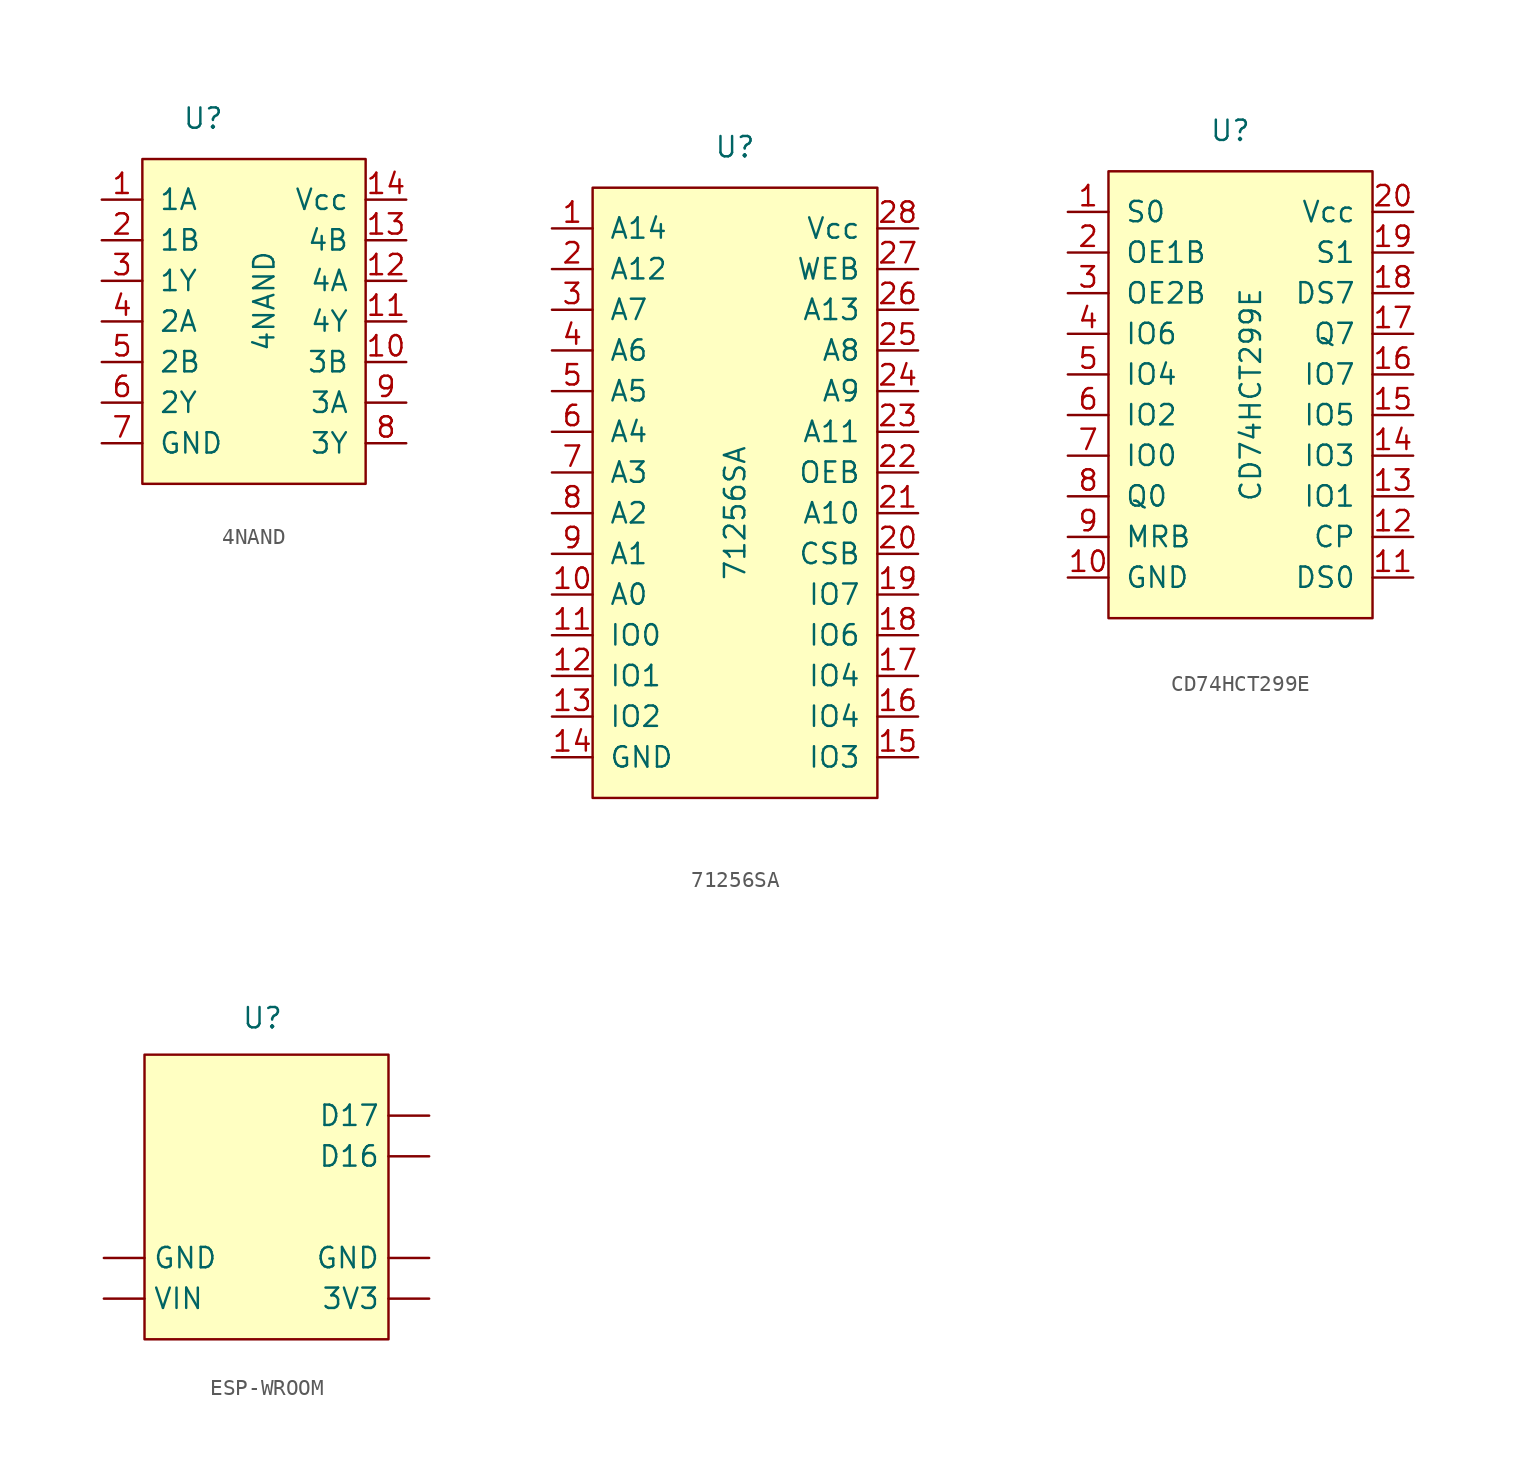
<source format=kicad_sym>
(kicad_symbol_lib
  (version 20241209)
  (generator "kicad_symbol_editor")
  (generator_version "9.0")
  (symbol "4NAND"
    (pin_names
      (offset 1.016))
    (property "Reference" "U"
      (at -3.81 12.7 0)
      (effects (font (size 1.27 1.27))))
    (property "Value" "4NAND"
      (at 0 1.27 90)
      (effects (font (size 1.27 1.27))))
    (symbol "4NAND_0_1"
      (rectangle (start -7.62 10.16) (end 6.35 -10.16) (stroke (width 0) (type solid)) (fill (type background))))
    (symbol "4NAND_1_1"
      (pin input line (at -10.16 7.62 0) (length 2.54) (name "1A" (effects (font (size 1.27 1.27)))) (number "1" (effects (font (size 1.27 1.27)))))
      (pin input line (at -10.16 5.08 0) (length 2.54) (name "1B" (effects (font (size 1.27 1.27)))) (number "2" (effects (font (size 1.27 1.27)))))
      (pin output line (at -10.16 2.54 0) (length 2.54) (name "1Y" (effects (font (size 1.27 1.27)))) (number "3" (effects (font (size 1.27 1.27)))))
      (pin input line (at -10.16 0 0) (length 2.54) (name "2A" (effects (font (size 1.27 1.27)))) (number "4" (effects (font (size 1.27 1.27)))))
      (pin input line (at -10.16 -2.54 0) (length 2.54) (name "2B" (effects (font (size 1.27 1.27)))) (number "5" (effects (font (size 1.27 1.27)))))
      (pin output line (at -10.16 -5.08 0) (length 2.54) (name "2Y" (effects (font (size 1.27 1.27)))) (number "6" (effects (font (size 1.27 1.27)))))
      (pin power_in line (at -10.16 -7.62 0) (length 2.54) (name "GND" (effects (font (size 1.27 1.27)))) (number "7" (effects (font (size 1.27 1.27)))))
      (pin power_in line (at 8.89 7.62 180) (length 2.54) (name "Vcc" (effects (font (size 1.27 1.27)))) (number "14" (effects (font (size 1.27 1.27)))))
      (pin input line (at 8.89 5.08 180) (length 2.54) (name "4B" (effects (font (size 1.27 1.27)))) (number "13" (effects (font (size 1.27 1.27)))))
      (pin input line (at 8.89 2.54 180) (length 2.54) (name "4A" (effects (font (size 1.27 1.27)))) (number "12" (effects (font (size 1.27 1.27)))))
      (pin output line (at 8.89 0 180) (length 2.54) (name "4Y" (effects (font (size 1.27 1.27)))) (number "11" (effects (font (size 1.27 1.27)))))
      (pin input line (at 8.89 -2.54 180) (length 2.54) (name "3B" (effects (font (size 1.27 1.27)))) (number "10" (effects (font (size 1.27 1.27)))))
      (pin input line (at 8.89 -5.08 180) (length 2.54) (name "3A" (effects (font (size 1.27 1.27)))) (number "9" (effects (font (size 1.27 1.27)))))
      (pin output line (at 8.89 -7.62 180) (length 2.54) (name "3Y" (effects (font (size 1.27 1.27)))) (number "8" (effects (font (size 1.27 1.27)))))))
  (symbol "71256SA"
    (pin_names
      (offset 1.016))
    (property "Reference" "U"
      (at 0 22.86 0)
      (effects (font (size 1.27 1.27))))
    (property "Value" "71256SA"
      (at 0 0 90)
      (effects (font (size 1.27 1.27))))
    (symbol "71256SA_0_1"
      (rectangle (start -8.89 20.32) (end 8.89 -17.78) (stroke (width 0) (type solid)) (fill (type background))))
    (symbol "71256SA_1_1"
      (pin input line (at -11.43 17.78 0) (length 2.54) (name "A14" (effects (font (size 1.27 1.27)))) (number "1" (effects (font (size 1.27 1.27)))))
      (pin input line (at -11.43 15.24 0) (length 2.54) (name "A12" (effects (font (size 1.27 1.27)))) (number "2" (effects (font (size 1.27 1.27)))))
      (pin input line (at -11.43 12.7 0) (length 2.54) (name "A7" (effects (font (size 1.27 1.27)))) (number "3" (effects (font (size 1.27 1.27)))))
      (pin input line (at -11.43 10.16 0) (length 2.54) (name "A6" (effects (font (size 1.27 1.27)))) (number "4" (effects (font (size 1.27 1.27)))))
      (pin input line (at -11.43 7.62 0) (length 2.54) (name "A5" (effects (font (size 1.27 1.27)))) (number "5" (effects (font (size 1.27 1.27)))))
      (pin input line (at -11.43 5.08 0) (length 2.54) (name "A4" (effects (font (size 1.27 1.27)))) (number "6" (effects (font (size 1.27 1.27)))))
      (pin input line (at -11.43 2.54 0) (length 2.54) (name "A3" (effects (font (size 1.27 1.27)))) (number "7" (effects (font (size 1.27 1.27)))))
      (pin input line (at -11.43 0 0) (length 2.54) (name "A2" (effects (font (size 1.27 1.27)))) (number "8" (effects (font (size 1.27 1.27)))))
      (pin input line (at -11.43 -2.54 0) (length 2.54) (name "A1" (effects (font (size 1.27 1.27)))) (number "9" (effects (font (size 1.27 1.27)))))
      (pin input line (at -11.43 -5.08 0) (length 2.54) (name "A0" (effects (font (size 1.27 1.27)))) (number "10" (effects (font (size 1.27 1.27)))))
      (pin tri_state line (at -11.43 -7.62 0) (length 2.54) (name "IO0" (effects (font (size 1.27 1.27)))) (number "11" (effects (font (size 1.27 1.27)))))
      (pin tri_state line (at -11.43 -10.16 0) (length 2.54) (name "IO1" (effects (font (size 1.27 1.27)))) (number "12" (effects (font (size 1.27 1.27)))))
      (pin tri_state line (at -11.43 -12.7 0) (length 2.54) (name "IO2" (effects (font (size 1.27 1.27)))) (number "13" (effects (font (size 1.27 1.27)))))
      (pin power_in line (at -11.43 -15.24 0) (length 2.54) (name "GND" (effects (font (size 1.27 1.27)))) (number "14" (effects (font (size 1.27 1.27)))))
      (pin power_in line (at 11.43 17.78 180) (length 2.54) (name "Vcc" (effects (font (size 1.27 1.27)))) (number "28" (effects (font (size 1.27 1.27)))))
      (pin input line (at 11.43 15.24 180) (length 2.54) (name "WEB" (effects (font (size 1.27 1.27)))) (number "27" (effects (font (size 1.27 1.27)))))
      (pin input line (at 11.43 12.7 180) (length 2.54) (name "A13" (effects (font (size 1.27 1.27)))) (number "26" (effects (font (size 1.27 1.27)))))
      (pin input line (at 11.43 10.16 180) (length 2.54) (name "A8" (effects (font (size 1.27 1.27)))) (number "25" (effects (font (size 1.27 1.27)))))
      (pin input line (at 11.43 7.62 180) (length 2.54) (name "A9" (effects (font (size 1.27 1.27)))) (number "24" (effects (font (size 1.27 1.27)))))
      (pin input line (at 11.43 5.08 180) (length 2.54) (name "A11" (effects (font (size 1.27 1.27)))) (number "23" (effects (font (size 1.27 1.27)))))
      (pin input line (at 11.43 2.54 180) (length 2.54) (name "OEB" (effects (font (size 1.27 1.27)))) (number "22" (effects (font (size 1.27 1.27)))))
      (pin input line (at 11.43 0 180) (length 2.54) (name "A10" (effects (font (size 1.27 1.27)))) (number "21" (effects (font (size 1.27 1.27)))))
      (pin input line (at 11.43 -2.54 180) (length 2.54) (name "CSB" (effects (font (size 1.27 1.27)))) (number "20" (effects (font (size 1.27 1.27)))))
      (pin tri_state line (at 11.43 -5.08 180) (length 2.54) (name "IO7" (effects (font (size 1.27 1.27)))) (number "19" (effects (font (size 1.27 1.27)))))
      (pin tri_state line (at 11.43 -7.62 180) (length 2.54) (name "IO6" (effects (font (size 1.27 1.27)))) (number "18" (effects (font (size 1.27 1.27)))))
      (pin tri_state line (at 11.43 -10.16 180) (length 2.54) (name "IO4" (effects (font (size 1.27 1.27)))) (number "17" (effects (font (size 1.27 1.27)))))
      (pin tri_state line (at 11.43 -12.7 180) (length 2.54) (name "IO4" (effects (font (size 1.27 1.27)))) (number "16" (effects (font (size 1.27 1.27)))))
      (pin tri_state line (at 11.43 -15.24 180) (length 2.54) (name "IO3" (effects (font (size 1.27 1.27)))) (number "15" (effects (font (size 1.27 1.27)))))))
  (symbol "CD74HCT299E"
    (pin_names
      (offset 1.016))
    (property "Reference" "U"
      (at -1.27 15.24 0)
      (effects (font (size 1.27 1.27))))
    (property "Value" "CD74HCT299E"
      (at 0 -1.27 90)
      (effects (font (size 1.27 1.27))))
    (symbol "CD74HCT299E_0_1"
      (rectangle (start -8.89 12.7) (end 7.62 -15.24) (stroke (width 0) (type solid)) (fill (type background))))
    (symbol "CD74HCT299E_1_1"
      (pin input line (at -11.43 10.16 0) (length 2.54) (name "S0" (effects (font (size 1.27 1.27)))) (number "1" (effects (font (size 1.27 1.27)))))
      (pin input line (at -11.43 7.62 0) (length 2.54) (name "OE1B" (effects (font (size 1.27 1.27)))) (number "2" (effects (font (size 1.27 1.27)))))
      (pin input line (at -11.43 5.08 0) (length 2.54) (name "OE2B" (effects (font (size 1.27 1.27)))) (number "3" (effects (font (size 1.27 1.27)))))
      (pin tri_state line (at -11.43 2.54 0) (length 2.54) (name "IO6" (effects (font (size 1.27 1.27)))) (number "4" (effects (font (size 1.27 1.27)))))
      (pin tri_state line (at -11.43 0 0) (length 2.54) (name "IO4" (effects (font (size 1.27 1.27)))) (number "5" (effects (font (size 1.27 1.27)))))
      (pin tri_state line (at -11.43 -2.54 0) (length 2.54) (name "IO2" (effects (font (size 1.27 1.27)))) (number "6" (effects (font (size 1.27 1.27)))))
      (pin tri_state line (at -11.43 -5.08 0) (length 2.54) (name "IO0" (effects (font (size 1.27 1.27)))) (number "7" (effects (font (size 1.27 1.27)))))
      (pin output line (at -11.43 -7.62 0) (length 2.54) (name "Q0" (effects (font (size 1.27 1.27)))) (number "8" (effects (font (size 1.27 1.27)))))
      (pin input line (at -11.43 -10.16 0) (length 2.54) (name "MRB" (effects (font (size 1.27 1.27)))) (number "9" (effects (font (size 1.27 1.27)))))
      (pin power_in line (at -11.43 -12.7 0) (length 2.54) (name "GND" (effects (font (size 1.27 1.27)))) (number "10" (effects (font (size 1.27 1.27)))))
      (pin power_in line (at 10.16 10.16 180) (length 2.54) (name "Vcc" (effects (font (size 1.27 1.27)))) (number "20" (effects (font (size 1.27 1.27)))))
      (pin input line (at 10.16 7.62 180) (length 2.54) (name "S1" (effects (font (size 1.27 1.27)))) (number "19" (effects (font (size 1.27 1.27)))))
      (pin input line (at 10.16 5.08 180) (length 2.54) (name "DS7" (effects (font (size 1.27 1.27)))) (number "18" (effects (font (size 1.27 1.27)))))
      (pin output line (at 10.16 2.54 180) (length 2.54) (name "Q7" (effects (font (size 1.27 1.27)))) (number "17" (effects (font (size 1.27 1.27)))))
      (pin tri_state line (at 10.16 0 180) (length 2.54) (name "IO7" (effects (font (size 1.27 1.27)))) (number "16" (effects (font (size 1.27 1.27)))))
      (pin tri_state line (at 10.16 -2.54 180) (length 2.54) (name "IO5" (effects (font (size 1.27 1.27)))) (number "15" (effects (font (size 1.27 1.27)))))
      (pin tri_state line (at 10.16 -5.08 180) (length 2.54) (name "IO3" (effects (font (size 1.27 1.27)))) (number "14" (effects (font (size 1.27 1.27)))))
      (pin tri_state line (at 10.16 -7.62 180) (length 2.54) (name "IO1" (effects (font (size 1.27 1.27)))) (number "13" (effects (font (size 1.27 1.27)))))
      (pin input line (at 10.16 -10.16 180) (length 2.54) (name "CP" (effects (font (size 1.27 1.27)))) (number "12" (effects (font (size 1.27 1.27)))))
      (pin input line (at 10.16 -12.7 180) (length 2.54) (name "DS0" (effects (font (size 1.27 1.27)))) (number "11" (effects (font (size 1.27 1.27)))))))
  (symbol "ESP-WROOM"
    (property "Reference" "U"
      (at 1.016 7.366 0)
      (effects (font (size 1.27 1.27))))
    (property "Value" ""
      (at 0 0 0)
      (effects (font (size 1.27 1.27))))
    (symbol "ESP-WROOM_1_1"
      (rectangle (start -6.35 5.08) (end 8.89 -12.7) (stroke (width 0) (type default)) (fill (type background)))
      (pin power_in line (at -8.89 -7.62 0) (length 2.54) (name "GND" (effects (font (size 1.27 1.27)))) (number "" (effects (font (size 1.27 1.27)))))
      (pin power_in line (at -8.89 -10.16 0) (length 2.54) (name "VIN" (effects (font (size 1.27 1.27)))) (number "" (effects (font (size 1.27 1.27)))))
      (pin bidirectional line (at 11.43 1.27 180) (length 2.54) (name "D17" (effects (font (size 1.27 1.27)))) (number "" (effects (font (size 1.27 1.27)))))
      (pin bidirectional line (at 11.43 -1.27 180) (length 2.54) (name "D16" (effects (font (size 1.27 1.27)))) (number "" (effects (font (size 1.27 1.27)))))
      (pin power_in line (at 11.43 -7.62 180) (length 2.54) (name "GND" (effects (font (size 1.27 1.27)))) (number "" (effects (font (size 1.27 1.27)))))
      (pin power_out line (at 11.43 -10.16 180) (length 2.54) (name "3V3" (effects (font (size 1.27 1.27)))) (number "" (effects (font (size 1.27 1.27))))))))
</source>
